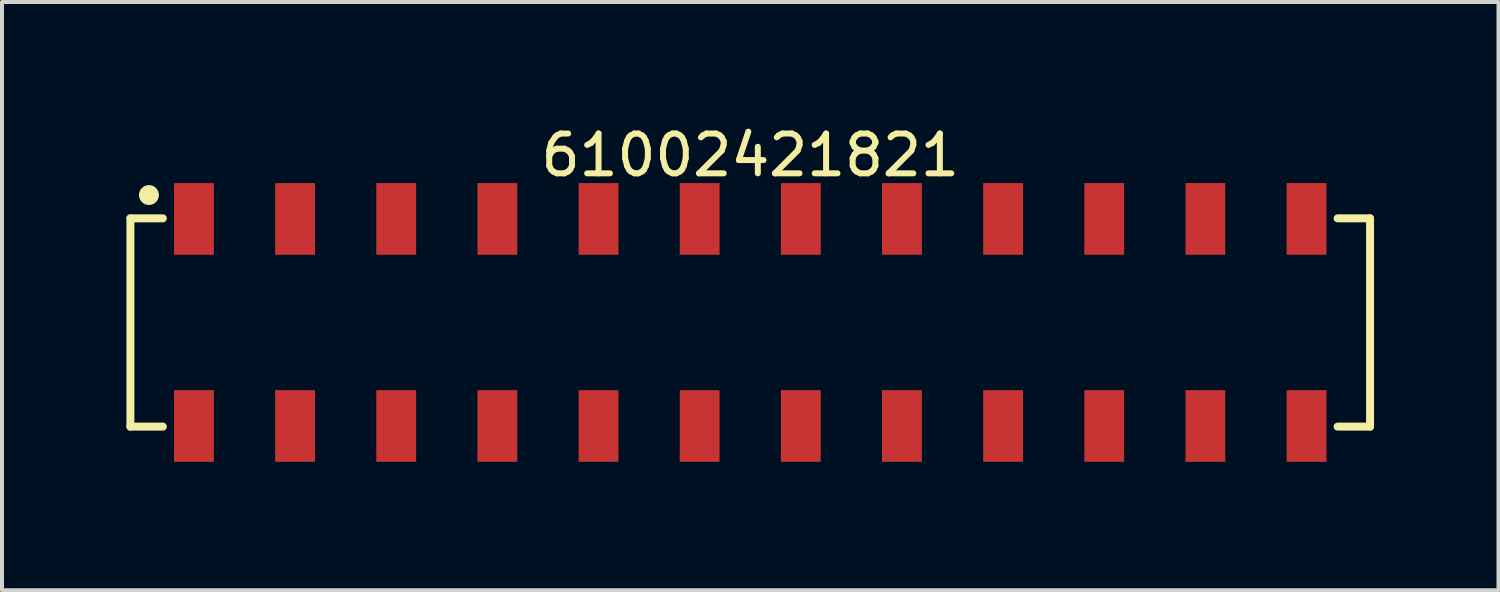
<source format=kicad_pcb>
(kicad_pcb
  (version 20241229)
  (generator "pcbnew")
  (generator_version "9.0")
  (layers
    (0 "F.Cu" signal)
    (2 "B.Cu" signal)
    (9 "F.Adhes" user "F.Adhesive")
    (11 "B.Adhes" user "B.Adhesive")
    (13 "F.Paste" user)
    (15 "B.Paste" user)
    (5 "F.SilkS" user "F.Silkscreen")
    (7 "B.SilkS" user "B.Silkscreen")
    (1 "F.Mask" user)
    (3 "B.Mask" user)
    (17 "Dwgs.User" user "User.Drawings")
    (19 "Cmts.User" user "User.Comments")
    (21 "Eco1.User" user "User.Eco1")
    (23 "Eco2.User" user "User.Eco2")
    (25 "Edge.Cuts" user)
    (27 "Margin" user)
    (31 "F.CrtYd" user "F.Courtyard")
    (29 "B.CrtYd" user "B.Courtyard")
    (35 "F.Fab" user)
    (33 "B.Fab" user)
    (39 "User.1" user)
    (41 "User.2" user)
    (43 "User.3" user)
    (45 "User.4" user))
  (footprint "61002421821"
    (layer "F.Cu")
    (at 15.79 5.048)
    (property "Reference" "61002421821" (at 0 -4.2 0) (layer "F.SilkS") (effects (font (size 1 1) (thickness 0.15))))
    (fp_line (start -15.565 -2.615) (end -14.75 -2.615) (stroke (width 0.2) (type solid)) (layer "F.SilkS"))
    (fp_line (start -15.565 2.615) (end -15.565 -2.615) (stroke (width 0.2) (type solid)) (layer "F.SilkS"))
    (fp_line (start -15.565 2.615) (end -14.75 2.615) (stroke (width 0.2) (type solid)) (layer "F.SilkS"))
    (fp_line (start 14.75 -2.615) (end 15.565 -2.615) (stroke (width 0.2) (type solid)) (layer "F.SilkS"))
    (fp_line (start 14.75 2.615) (end 15.565 2.615) (stroke (width 0.2) (type solid)) (layer "F.SilkS"))
    (fp_line (start 15.565 2.615) (end 15.565 -2.615) (stroke (width 0.2) (type solid)) (layer "F.SilkS"))
    (fp_circle (center -15.1 -3.2) (end -15.1 -3.325) (stroke (width 0.25) (type solid)) (fill no) (layer "F.SilkS"))
    (fp_line (start -15.765 -3.7) (end 15.765 -3.7) (stroke (width 0.05) (type solid)) (layer "Eco2.User"))
    (fp_line (start -15.765 3.7) (end -15.765 -3.7) (stroke (width 0.05) (type solid)) (layer "Eco2.User"))
    (fp_line (start -15.765 3.7) (end 15.765 3.7) (stroke (width 0.05) (type solid)) (layer "Eco2.User"))
    (fp_line (start -15.49 -2.54) (end 15.49 -2.54) (stroke (width 0.1) (type solid)) (layer "Eco2.User"))
    (fp_line (start -15.49 2.54) (end -15.49 -2.54) (stroke (width 0.1) (type solid)) (layer "Eco2.User"))
    (fp_line (start -15.49 2.54) (end 15.49 2.54) (stroke (width 0.1) (type solid)) (layer "Eco2.User"))
    (fp_line (start -14.29 -3.35) (end -13.65 -3.35) (stroke (width 0.1) (type solid)) (layer "Eco2.User"))
    (fp_line (start -14.29 -2.54) (end -14.29 -3.35) (stroke (width 0.1) (type solid)) (layer "Eco2.User"))
    (fp_line (start -14.29 3.35) (end -14.29 2.54) (stroke (width 0.1) (type solid)) (layer "Eco2.User"))
    (fp_line (start -14.29 3.35) (end -13.65 3.35) (stroke (width 0.1) (type solid)) (layer "Eco2.User"))
    (fp_line (start -13.65 -2.54) (end -13.65 -3.35) (stroke (width 0.1) (type solid)) (layer "Eco2.User"))
    (fp_line (start -13.65 3.35) (end -13.65 2.54) (stroke (width 0.1) (type solid)) (layer "Eco2.User"))
    (fp_line (start -11.75 -3.35) (end -11.11 -3.35) (stroke (width 0.1) (type solid)) (layer "Eco2.User"))
    (fp_line (start -11.75 -2.54) (end -11.75 -3.35) (stroke (width 0.1) (type solid)) (layer "Eco2.User"))
    (fp_line (start -11.75 3.35) (end -11.75 2.54) (stroke (width 0.1) (type solid)) (layer "Eco2.User"))
    (fp_line (start -11.75 3.35) (end -11.11 3.35) (stroke (width 0.1) (type solid)) (layer "Eco2.User"))
    (fp_line (start -11.11 -2.54) (end -11.11 -3.35) (stroke (width 0.1) (type solid)) (layer "Eco2.User"))
    (fp_line (start -11.11 3.35) (end -11.11 2.54) (stroke (width 0.1) (type solid)) (layer "Eco2.User"))
    (fp_line (start -9.21 -3.35) (end -8.57 -3.35) (stroke (width 0.1) (type solid)) (layer "Eco2.User"))
    (fp_line (start -9.21 -2.54) (end -9.21 -3.35) (stroke (width 0.1) (type solid)) (layer "Eco2.User"))
    (fp_line (start -9.21 3.35) (end -9.21 2.54) (stroke (width 0.1) (type solid)) (layer "Eco2.User"))
    (fp_line (start -9.21 3.35) (end -8.57 3.35) (stroke (width 0.1) (type solid)) (layer "Eco2.User"))
    (fp_line (start -8.57 -2.54) (end -8.57 -3.35) (stroke (width 0.1) (type solid)) (layer "Eco2.User"))
    (fp_line (start -8.57 3.35) (end -8.57 2.54) (stroke (width 0.1) (type solid)) (layer "Eco2.User"))
    (fp_line (start -6.67 -3.35) (end -6.03 -3.35) (stroke (width 0.1) (type solid)) (layer "Eco2.User"))
    (fp_line (start -6.67 -2.54) (end -6.67 -3.35) (stroke (width 0.1) (type solid)) (layer "Eco2.User"))
    (fp_line (start -6.67 3.35) (end -6.67 2.54) (stroke (width 0.1) (type solid)) (layer "Eco2.User"))
    (fp_line (start -6.67 3.35) (end -6.03 3.35) (stroke (width 0.1) (type solid)) (layer "Eco2.User"))
    (fp_line (start -6.03 -2.54) (end -6.03 -3.35) (stroke (width 0.1) (type solid)) (layer "Eco2.User"))
    (fp_line (start -6.03 3.35) (end -6.03 2.54) (stroke (width 0.1) (type solid)) (layer "Eco2.User"))
    (fp_line (start -4.13 -3.35) (end -3.49 -3.35) (stroke (width 0.1) (type solid)) (layer "Eco2.User"))
    (fp_line (start -4.13 -2.54) (end -4.13 -3.35) (stroke (width 0.1) (type solid)) (layer "Eco2.User"))
    (fp_line (start -4.13 3.35) (end -4.13 2.54) (stroke (width 0.1) (type solid)) (layer "Eco2.User"))
    (fp_line (start -4.13 3.35) (end -3.49 3.35) (stroke (width 0.1) (type solid)) (layer "Eco2.User"))
    (fp_line (start -3.49 -2.54) (end -3.49 -3.35) (stroke (width 0.1) (type solid)) (layer "Eco2.User"))
    (fp_line (start -3.49 3.35) (end -3.49 2.54) (stroke (width 0.1) (type solid)) (layer "Eco2.User"))
    (fp_line (start -1.59 -3.35) (end -0.95 -3.35) (stroke (width 0.1) (type solid)) (layer "Eco2.User"))
    (fp_line (start -1.59 -2.54) (end -1.59 -3.35) (stroke (width 0.1) (type solid)) (layer "Eco2.User"))
    (fp_line (start -1.59 3.35) (end -1.59 2.54) (stroke (width 0.1) (type solid)) (layer "Eco2.User"))
    (fp_line (start -1.59 3.35) (end -0.95 3.35) (stroke (width 0.1) (type solid)) (layer "Eco2.User"))
    (fp_line (start -0.95 -2.54) (end -0.95 -3.35) (stroke (width 0.1) (type solid)) (layer "Eco2.User"))
    (fp_line (start -0.95 3.35) (end -0.95 2.54) (stroke (width 0.1) (type solid)) (layer "Eco2.User"))
    (fp_line (start -0.5 0) (end 0.5 0) (stroke (width 0.05) (type solid)) (layer "Eco2.User"))
    (fp_line (start 0 0.5) (end 0 -0.5) (stroke (width 0.05) (type solid)) (layer "Eco2.User"))
    (fp_line (start 0.95 -3.35) (end 1.59 -3.35) (stroke (width 0.1) (type solid)) (layer "Eco2.User"))
    (fp_line (start 0.95 -2.54) (end 0.95 -3.35) (stroke (width 0.1) (type solid)) (layer "Eco2.User"))
    (fp_line (start 0.95 3.35) (end 0.95 2.54) (stroke (width 0.1) (type solid)) (layer "Eco2.User"))
    (fp_line (start 0.95 3.35) (end 1.59 3.35) (stroke (width 0.1) (type solid)) (layer "Eco2.User"))
    (fp_line (start 1.59 -2.54) (end 1.59 -3.35) (stroke (width 0.1) (type solid)) (layer "Eco2.User"))
    (fp_line (start 1.59 3.35) (end 1.59 2.54) (stroke (width 0.1) (type solid)) (layer "Eco2.User"))
    (fp_line (start 3.49 -3.35) (end 4.13 -3.35) (stroke (width 0.1) (type solid)) (layer "Eco2.User"))
    (fp_line (start 3.49 -2.54) (end 3.49 -3.35) (stroke (width 0.1) (type solid)) (layer "Eco2.User"))
    (fp_line (start 3.49 3.35) (end 3.49 2.54) (stroke (width 0.1) (type solid)) (layer "Eco2.User"))
    (fp_line (start 3.49 3.35) (end 4.13 3.35) (stroke (width 0.1) (type solid)) (layer "Eco2.User"))
    (fp_line (start 4.13 -2.54) (end 4.13 -3.35) (stroke (width 0.1) (type solid)) (layer "Eco2.User"))
    (fp_line (start 4.13 3.35) (end 4.13 2.54) (stroke (width 0.1) (type solid)) (layer "Eco2.User"))
    (fp_line (start 6.03 -3.35) (end 6.67 -3.35) (stroke (width 0.1) (type solid)) (layer "Eco2.User"))
    (fp_line (start 6.03 -2.54) (end 6.03 -3.35) (stroke (width 0.1) (type solid)) (layer "Eco2.User"))
    (fp_line (start 6.03 3.35) (end 6.03 2.54) (stroke (width 0.1) (type solid)) (layer "Eco2.User"))
    (fp_line (start 6.03 3.35) (end 6.67 3.35) (stroke (width 0.1) (type solid)) (layer "Eco2.User"))
    (fp_line (start 6.67 -2.54) (end 6.67 -3.35) (stroke (width 0.1) (type solid)) (layer "Eco2.User"))
    (fp_line (start 6.67 3.35) (end 6.67 2.54) (stroke (width 0.1) (type solid)) (layer "Eco2.User"))
    (fp_line (start 8.57 -3.35) (end 9.21 -3.35) (stroke (width 0.1) (type solid)) (layer "Eco2.User"))
    (fp_line (start 8.57 -2.54) (end 8.57 -3.35) (stroke (width 0.1) (type solid)) (layer "Eco2.User"))
    (fp_line (start 8.57 3.35) (end 8.57 2.54) (stroke (width 0.1) (type solid)) (layer "Eco2.User"))
    (fp_line (start 8.57 3.35) (end 9.21 3.35) (stroke (width 0.1) (type solid)) (layer "Eco2.User"))
    (fp_line (start 9.21 -2.54) (end 9.21 -3.35) (stroke (width 0.1) (type solid)) (layer "Eco2.User"))
    (fp_line (start 9.21 3.35) (end 9.21 2.54) (stroke (width 0.1) (type solid)) (layer "Eco2.User"))
    (fp_line (start 11.11 -3.35) (end 11.75 -3.35) (stroke (width 0.1) (type solid)) (layer "Eco2.User"))
    (fp_line (start 11.11 -2.54) (end 11.11 -3.35) (stroke (width 0.1) (type solid)) (layer "Eco2.User"))
    (fp_line (start 11.11 3.35) (end 11.11 2.54) (stroke (width 0.1) (type solid)) (layer "Eco2.User"))
    (fp_line (start 11.11 3.35) (end 11.75 3.35) (stroke (width 0.1) (type solid)) (layer "Eco2.User"))
    (fp_line (start 11.75 -2.54) (end 11.75 -3.35) (stroke (width 0.1) (type solid)) (layer "Eco2.User"))
    (fp_line (start 11.75 3.35) (end 11.75 2.54) (stroke (width 0.1) (type solid)) (layer "Eco2.User"))
    (fp_line (start 13.65 -3.35) (end 14.29 -3.35) (stroke (width 0.1) (type solid)) (layer "Eco2.User"))
    (fp_line (start 13.65 -2.54) (end 13.65 -3.35) (stroke (width 0.1) (type solid)) (layer "Eco2.User"))
    (fp_line (start 13.65 3.35) (end 13.65 2.54) (stroke (width 0.1) (type solid)) (layer "Eco2.User"))
    (fp_line (start 13.65 3.35) (end 14.29 3.35) (stroke (width 0.1) (type solid)) (layer "Eco2.User"))
    (fp_line (start 14.29 -2.54) (end 14.29 -3.35) (stroke (width 0.1) (type solid)) (layer "Eco2.User"))
    (fp_line (start 14.29 3.35) (end 14.29 2.54) (stroke (width 0.1) (type solid)) (layer "Eco2.User"))
    (fp_line (start 15.49 2.54) (end 15.49 -2.54) (stroke (width 0.1) (type solid)) (layer "Eco2.User"))
    (fp_line (start 15.765 3.7) (end 15.765 -3.7) (stroke (width 0.05) (type solid)) (layer "Eco2.User"))
    (fp_text user "${REFERENCE}" (at 0.15 -0.197 0) (unlocked yes) (layer "User.3") (effects (font (size 1.5 1.5) (thickness 0.15))))
    (pad "1" smd rect (at -13.97 -2.6) (size 1 1.8) (layers "F.Cu" "F.Mask" "F.Paste"))
    (pad "2" smd rect (at -13.97 2.6) (size 1 1.8) (layers "F.Cu" "F.Mask" "F.Paste"))
    (pad "3" smd rect (at -11.43 -2.6) (size 1 1.8) (layers "F.Cu" "F.Mask" "F.Paste"))
    (pad "4" smd rect (at -11.43 2.6) (size 1 1.8) (layers "F.Cu" "F.Mask" "F.Paste"))
    (pad "5" smd rect (at -8.89 -2.6) (size 1 1.8) (layers "F.Cu" "F.Mask" "F.Paste"))
    (pad "6" smd rect (at -8.89 2.6) (size 1 1.8) (layers "F.Cu" "F.Mask" "F.Paste"))
    (pad "7" smd rect (at -6.35 -2.6) (size 1 1.8) (layers "F.Cu" "F.Mask" "F.Paste"))
    (pad "8" smd rect (at -6.35 2.6) (size 1 1.8) (layers "F.Cu" "F.Mask" "F.Paste"))
    (pad "9" smd rect (at -3.81 -2.6) (size 1 1.8) (layers "F.Cu" "F.Mask" "F.Paste"))
    (pad "10" smd rect (at -3.81 2.6) (size 1 1.8) (layers "F.Cu" "F.Mask" "F.Paste"))
    (pad "11" smd rect (at -1.27 -2.6) (size 1 1.8) (layers "F.Cu" "F.Mask" "F.Paste"))
    (pad "12" smd rect (at -1.27 2.6) (size 1 1.8) (layers "F.Cu" "F.Mask" "F.Paste"))
    (pad "13" smd rect (at 1.27 -2.6) (size 1 1.8) (layers "F.Cu" "F.Mask" "F.Paste"))
    (pad "14" smd rect (at 1.27 2.6) (size 1 1.8) (layers "F.Cu" "F.Mask" "F.Paste"))
    (pad "15" smd rect (at 3.81 -2.6) (size 1 1.8) (layers "F.Cu" "F.Mask" "F.Paste"))
    (pad "16" smd rect (at 3.81 2.6) (size 1 1.8) (layers "F.Cu" "F.Mask" "F.Paste"))
    (pad "17" smd rect (at 6.35 -2.6) (size 1 1.8) (layers "F.Cu" "F.Mask" "F.Paste"))
    (pad "18" smd rect (at 6.35 2.6) (size 1 1.8) (layers "F.Cu" "F.Mask" "F.Paste"))
    (pad "19" smd rect (at 8.89 -2.6) (size 1 1.8) (layers "F.Cu" "F.Mask" "F.Paste"))
    (pad "20" smd rect (at 8.89 2.6) (size 1 1.8) (layers "F.Cu" "F.Mask" "F.Paste"))
    (pad "21" smd rect (at 11.43 -2.6) (size 1 1.8) (layers "F.Cu" "F.Mask" "F.Paste"))
    (pad "22" smd rect (at 11.43 2.6) (size 1 1.8) (layers "F.Cu" "F.Mask" "F.Paste"))
    (pad "23" smd rect (at 13.97 -2.6) (size 1 1.8) (layers "F.Cu" "F.Mask" "F.Paste"))
    (pad "24" smd rect (at 13.97 2.6) (size 1 1.8) (layers "F.Cu" "F.Mask" "F.Paste")))
  (gr_rect
    (start -3 -3)
    (end 34.58 11.773)
    (stroke (width 0.1) (type default))
    (fill no)
    (layer "Edge.Cuts")))
</source>
